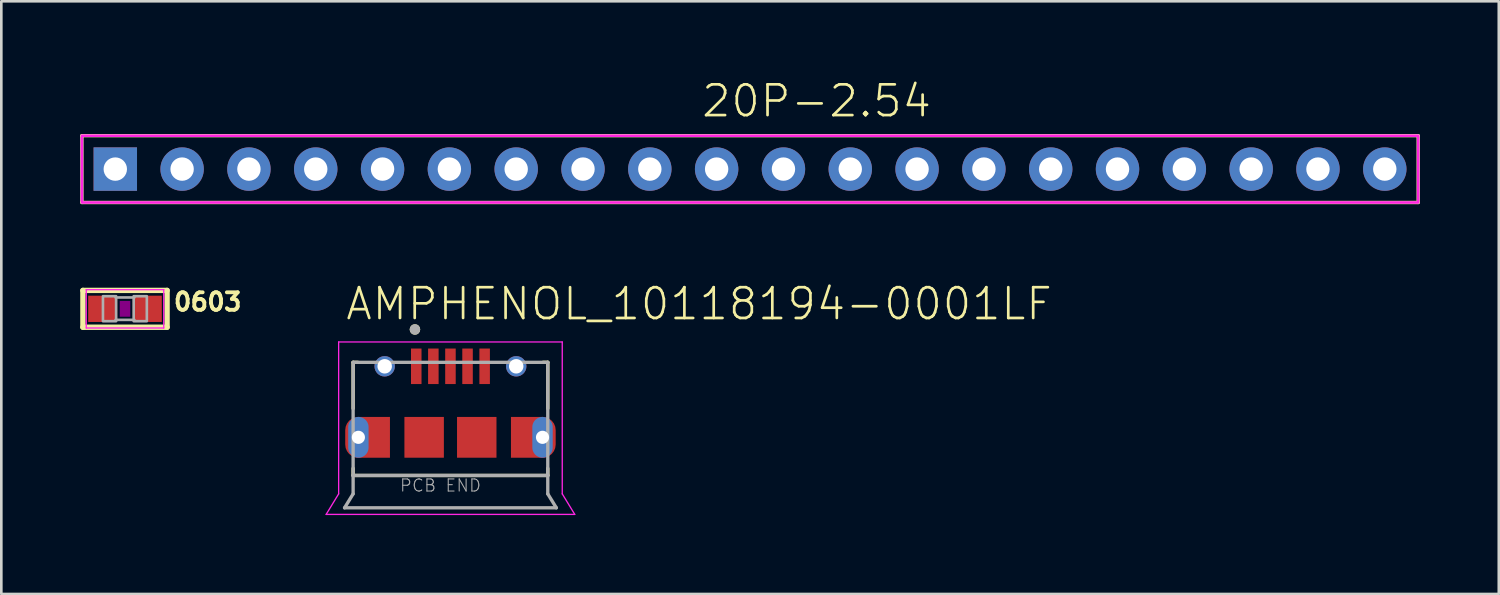
<source format=kicad_pcb>
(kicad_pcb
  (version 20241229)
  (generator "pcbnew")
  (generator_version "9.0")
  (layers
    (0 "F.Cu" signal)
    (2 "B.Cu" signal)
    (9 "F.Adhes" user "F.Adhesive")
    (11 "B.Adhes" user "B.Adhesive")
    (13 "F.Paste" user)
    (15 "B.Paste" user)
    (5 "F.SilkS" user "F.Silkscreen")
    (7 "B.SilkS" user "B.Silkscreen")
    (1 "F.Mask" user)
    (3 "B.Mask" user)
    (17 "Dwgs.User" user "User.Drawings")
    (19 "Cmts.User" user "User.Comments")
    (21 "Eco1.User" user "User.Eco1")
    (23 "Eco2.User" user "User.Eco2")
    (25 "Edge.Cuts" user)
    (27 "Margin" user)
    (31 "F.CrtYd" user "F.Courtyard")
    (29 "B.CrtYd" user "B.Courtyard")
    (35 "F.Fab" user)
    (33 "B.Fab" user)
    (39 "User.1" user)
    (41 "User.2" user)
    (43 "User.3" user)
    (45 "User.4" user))
  (footprint "20P-2.54"
    (layer "F.Cu")
    (at 26.733 3.378)
    (property "Reference" "20P-2.54" (at -3.175 -1.905 0) (layer "F.SilkS") (effects (font (size 1.168 1.168) (thickness 0.102)) (justify left bottom)))
    (fp_line (start -26.67 -1.27) (end 24.13 -1.27) (stroke (width 0.127) (type solid)) (layer "F.SilkS"))
    (fp_line (start -26.67 1.27) (end -26.67 -1.27) (stroke (width 0.127) (type solid)) (layer "F.SilkS"))
    (fp_line (start 24.13 -1.27) (end 24.13 1.27) (stroke (width 0.127) (type solid)) (layer "F.SilkS"))
    (fp_line (start 24.13 1.27) (end -26.67 1.27) (stroke (width 0.127) (type solid)) (layer "F.SilkS"))
    (fp_poly (pts (xy 24.13 1.27) (xy 24.13 -1.27) (xy -26.67 -1.27) (xy -26.67 1.27)) (stroke (width 0.1) (type solid)) (fill no) (layer "F.CrtYd"))
    (pad "1" thru_hole rect (at -25.4 0 90) (size 1.651 1.651) (drill 0.889) (layers "*.Cu" "*.Mask"))
    (pad "2" thru_hole circle (at -22.86 0 90) (size 1.651 1.651) (drill 0.889) (layers "*.Cu" "*.Mask"))
    (pad "3" thru_hole circle (at -20.32 0 90) (size 1.651 1.651) (drill 0.889) (layers "*.Cu" "*.Mask"))
    (pad "4" thru_hole circle (at -17.78 0 90) (size 1.651 1.651) (drill 0.889) (layers "*.Cu" "*.Mask"))
    (pad "5" thru_hole circle (at -15.24 0 90) (size 1.651 1.651) (drill 0.889) (layers "*.Cu" "*.Mask"))
    (pad "6" thru_hole circle (at -12.7 0 90) (size 1.651 1.651) (drill 0.889) (layers "*.Cu" "*.Mask"))
    (pad "7" thru_hole circle (at -10.16 0 90) (size 1.651 1.651) (drill 0.889) (layers "*.Cu" "*.Mask"))
    (pad "8" thru_hole circle (at -7.62 0 90) (size 1.651 1.651) (drill 0.889) (layers "*.Cu" "*.Mask"))
    (pad "9" thru_hole circle (at -5.08 0 90) (size 1.651 1.651) (drill 0.889) (layers "*.Cu" "*.Mask"))
    (pad "10" thru_hole circle (at -2.54 0 90) (size 1.651 1.651) (drill 0.889) (layers "*.Cu" "*.Mask"))
    (pad "11" thru_hole circle (at 0 0 90) (size 1.651 1.651) (drill 0.889) (layers "*.Cu" "*.Mask"))
    (pad "12" thru_hole circle (at 2.54 0 90) (size 1.651 1.651) (drill 0.889) (layers "*.Cu" "*.Mask"))
    (pad "13" thru_hole circle (at 5.08 0 90) (size 1.651 1.651) (drill 0.889) (layers "*.Cu" "*.Mask"))
    (pad "14" thru_hole circle (at 7.62 0 90) (size 1.651 1.651) (drill 0.889) (layers "*.Cu" "*.Mask"))
    (pad "15" thru_hole circle (at 10.16 0 90) (size 1.651 1.651) (drill 0.889) (layers "*.Cu" "*.Mask"))
    (pad "16" thru_hole circle (at 12.7 0 90) (size 1.651 1.651) (drill 0.889) (layers "*.Cu" "*.Mask"))
    (pad "17" thru_hole circle (at 15.24 0 90) (size 1.651 1.651) (drill 0.889) (layers "*.Cu" "*.Mask"))
    (pad "18" thru_hole circle (at 17.78 0 90) (size 1.651 1.651) (drill 0.889) (layers "*.Cu" "*.Mask"))
    (pad "19" thru_hole circle (at 20.32 0 90) (size 1.651 1.651) (drill 0.889) (layers "*.Cu" "*.Mask"))
    (pad "20" thru_hole circle (at 22.86 0 90) (size 1.651 1.651) (drill 0.889) (layers "*.Cu" "*.Mask")))
  (footprint "AMPHENOL_10118194-0001LF"
    (layer "F.Cu")
    (at 14.074 13.575)
    (property "Reference" "AMPHENOL_10118194-0001LF" (at -4.044 -4.389 0) (layer "F.SilkS") (effects (font (size 1.17 1.17) (thickness 0.102)) (justify left bottom)))
    (fp_poly (pts (xy -2.3 0.775) (xy -3.498 0.775) (xy -3.498 0.575) (xy -3.403 0.555) (xy -3.322 0.501) (xy -3.269 0.42) (xy -3.251 0.325) (xy -3.251 -0.325) (xy -3.269 -0.42) (xy -3.324 -0.501) (xy -3.5 -0.574) (xy -3.595 -0.555) (xy -3.676 -0.501) (xy -3.749 -0.325) (xy -3.749 0.325) (xy -3.731 0.42) (xy -3.678 0.501) (xy -3.502 0.575) (xy -3.502 0.776) (xy -3.632 0.758) (xy -3.752 0.708) (xy -3.855 0.628) (xy -3.934 0.525) (xy -3.984 0.404) (xy -4 0.275) (xy -4 -0.275) (xy -3.983 -0.405) (xy -3.933 -0.525) (xy -3.854 -0.629) (xy -3.75 -0.708) (xy -3.5 -0.775) (xy -2.305 -0.775) (xy -2.305 -0.78) (xy -2.3 -0.78)) (stroke (width 0) (type solid)) (fill yes) (layer "F.Cu"))
    (fp_poly (pts (xy 3.632 -0.758) (xy 3.752 -0.708) (xy 3.855 -0.628) (xy 3.934 -0.525) (xy 3.984 -0.404) (xy 4 -0.275) (xy 4 0.275) (xy 3.983 0.405) (xy 3.933 0.525) (xy 3.854 0.629) (xy 3.75 0.708) (xy 3.63 0.758) (xy 3.5 0.775) (xy 2.305 0.775) (xy 2.305 0.78) (xy 2.3 0.78) (xy 2.3 -0.775) (xy 3.498 -0.775) (xy 3.498 -0.575) (xy 3.403 -0.555) (xy 3.322 -0.501) (xy 3.251 -0.325) (xy 3.251 0.325) (xy 3.269 0.42) (xy 3.324 0.501) (xy 3.5 0.574) (xy 3.595 0.555) (xy 3.676 0.501) (xy 3.749 0.325) (xy 3.749 -0.325) (xy 3.731 -0.42) (xy 3.678 -0.501) (xy 3.502 -0.575) (xy 3.502 -0.776)) (stroke (width 0) (type solid)) (fill yes) (layer "F.Cu"))
    (fp_poly (pts (xy -2.2 0.875) (xy -3.6 0.875) (xy -3.729 0.858) (xy -3.85 0.808) (xy -3.954 0.729) (xy -4.033 0.625) (xy -4.1 0.375) (xy -4.1 -0.375) (xy -4.083 -0.504) (xy -4.033 -0.625) (xy -3.954 -0.729) (xy -3.85 -0.808) (xy -3.6 -0.875) (xy -2.2 -0.875)) (stroke (width 0) (type solid)) (fill yes) (layer "F.Mask"))
    (fp_poly (pts (xy 3.729 -0.858) (xy 3.85 -0.808) (xy 3.954 -0.729) (xy 4.033 -0.625) (xy 4.083 -0.504) (xy 4.1 -0.375) (xy 4.1 0.375) (xy 4.083 0.504) (xy 4.033 0.625) (xy 3.954 0.729) (xy 3.85 0.808) (xy 3.729 0.858) (xy 3.6 0.875) (xy 2.2 0.875) (xy 2.2 -0.875) (xy 3.6 -0.875)) (stroke (width 0) (type solid)) (fill yes) (layer "F.Mask"))
    (fp_line (start -3.7 -2.85) (end -3.7 -1.095) (stroke (width 0.127) (type solid)) (layer "F.SilkS"))
    (fp_line (start -3.7 -2.85) (end -3.52 -2.85) (stroke (width 0.127) (type solid)) (layer "F.SilkS"))
    (fp_line (start -3.7 1.45) (end -3.7 1.18) (stroke (width 0.127) (type solid)) (layer "F.SilkS"))
    (fp_line (start -3.7 1.45) (end 3.7 1.45) (stroke (width 0.127) (type solid)) (layer "F.SilkS"))
    (fp_line (start 3.7 -2.85) (end 3.52 -2.85) (stroke (width 0.127) (type solid)) (layer "F.SilkS"))
    (fp_line (start 3.7 -2.85) (end 3.7 -1.095) (stroke (width 0.127) (type solid)) (layer "F.SilkS"))
    (fp_line (start 3.7 1.18) (end 3.7 1.45) (stroke (width 0.127) (type solid)) (layer "F.SilkS"))
    (fp_circle (center -1.35 -4.1) (end -1.25 -4.1) (stroke (width 0.2) (type solid)) (fill no) (layer "F.SilkS"))
    (fp_line (start -3.5 -0.77) (end -3.5 -0.6) (stroke (width 0.0001) (type solid)) (layer "F.Paste"))
    (fp_line (start 3.5 0.77) (end 3.5 0.6) (stroke (width 0.0001) (type solid)) (layer "F.Paste"))
    (fp_poly (pts (xy -2.3 0.775) (xy -3.5 0.775) (xy -3.5 0.575) (xy -3.323 0.502) (xy -3.269 0.421) (xy -3.25 0.325) (xy -3.25 -0.325) (xy -3.323 -0.502) (xy -3.404 -0.556) (xy -3.5 -0.575) (xy -3.5 -0.775) (xy -2.3 -0.775)) (stroke (width 0) (type solid)) (fill yes) (layer "F.Paste"))
    (fp_poly (pts (xy 3.5 -0.575) (xy 3.323 -0.502) (xy 3.269 -0.421) (xy 3.25 -0.325) (xy 3.25 0.325) (xy 3.323 0.502) (xy 3.404 0.556) (xy 3.5 0.575) (xy 3.5 0.775) (xy 2.3 0.775) (xy 2.3 -0.775) (xy 3.5 -0.775)) (stroke (width 0) (type solid)) (fill yes) (layer "F.Paste"))
    (fp_poly (pts (xy -3.5 -0.575) (xy -3.596 -0.556) (xy -3.677 -0.502) (xy -3.75 -0.325) (xy -3.75 0.325) (xy -3.731 0.421) (xy -3.677 0.502) (xy -3.5 0.575) (xy -3.5 0.775) (xy -3.629 0.758) (xy -3.75 0.708) (xy -3.854 0.629) (xy -3.933 0.525) (xy -4 0.275) (xy -4 -0.275) (xy -3.983 -0.404) (xy -3.933 -0.525) (xy -3.854 -0.629) (xy -3.75 -0.708) (xy -3.5 -0.775)) (stroke (width 0) (type solid)) (fill yes) (layer "F.Paste"))
    (fp_poly (pts (xy 3.629 -0.758) (xy 3.75 -0.708) (xy 3.854 -0.629) (xy 3.933 -0.525) (xy 3.983 -0.404) (xy 4 -0.275) (xy 4 0.275) (xy 3.983 0.404) (xy 3.933 0.525) (xy 3.854 0.629) (xy 3.75 0.708) (xy 3.629 0.758) (xy 3.5 0.775) (xy 3.5 0.575) (xy 3.596 0.556) (xy 3.677 0.502) (xy 3.75 0.325) (xy 3.75 -0.325) (xy 3.731 -0.421) (xy 3.677 -0.502) (xy 3.5 -0.575) (xy 3.5 -0.775)) (stroke (width 0) (type solid)) (fill yes) (layer "F.Paste"))
    (fp_line (start -4.725 2.93) (end -4.25 2.15) (stroke (width 0.05) (type solid)) (layer "F.CrtYd"))
    (fp_line (start -4.25 -3.625) (end 4.25 -3.625) (stroke (width 0.05) (type solid)) (layer "F.CrtYd"))
    (fp_line (start -4.25 2.15) (end -4.25 -3.625) (stroke (width 0.05) (type solid)) (layer "F.CrtYd"))
    (fp_line (start 4.25 2.15) (end 4.25 -3.625) (stroke (width 0.05) (type solid)) (layer "F.CrtYd"))
    (fp_line (start 4.725 2.93) (end -4.725 2.93) (stroke (width 0.05) (type solid)) (layer "F.CrtYd"))
    (fp_line (start 4.725 2.93) (end 4.25 2.15) (stroke (width 0.05) (type solid)) (layer "F.CrtYd"))
    (fp_line (start -4.025 2.68) (end 4.025 2.68) (stroke (width 0.127) (type solid)) (layer "F.Fab"))
    (fp_line (start -3.7 -2.85) (end -3.7 1.45) (stroke (width 0.127) (type solid)) (layer "F.Fab"))
    (fp_line (start -3.7 -2.85) (end 3.7 -2.85) (stroke (width 0.127) (type solid)) (layer "F.Fab"))
    (fp_line (start -3.7 1.45) (end -3.7 2.15) (stroke (width 0.127) (type solid)) (layer "F.Fab"))
    (fp_line (start -3.7 1.45) (end 3.7 1.45) (stroke (width 0.127) (type solid)) (layer "F.Fab"))
    (fp_line (start -3.7 2.15) (end -4.025 2.68) (stroke (width 0.127) (type solid)) (layer "F.Fab"))
    (fp_line (start 3.7 1.45) (end 3.7 -2.85) (stroke (width 0.127) (type solid)) (layer "F.Fab"))
    (fp_line (start 3.7 2.15) (end 3.7 1.45) (stroke (width 0.127) (type solid)) (layer "F.Fab"))
    (fp_line (start 4.025 2.68) (end 3.7 2.15) (stroke (width 0.127) (type solid)) (layer "F.Fab"))
    (fp_circle (center -1.35 -4.1) (end -1.25 -4.1) (stroke (width 0.2) (type solid)) (fill no) (layer "F.Fab"))
    (fp_text user "PCB END" (at -1.95 2.1 0) (layer "F.Fab") (effects (font (size 0.46 0.46) (thickness 0.04)) (justify left bottom)))
    (pad "1" smd rect (at -1.3 -2.7) (size 0.4 1.35) (layers "F.Cu" "F.Mask" "F.Paste"))
    (pad "2" smd rect (at -0.65 -2.7) (size 0.4 1.35) (layers "F.Cu" "F.Mask" "F.Paste"))
    (pad "3" smd rect (at 0 -2.7) (size 0.4 1.35) (layers "F.Cu" "F.Mask" "F.Paste"))
    (pad "4" smd rect (at 0.65 -2.7) (size 0.4 1.35) (layers "F.Cu" "F.Mask" "F.Paste"))
    (pad "5" smd rect (at 1.3 -2.7) (size 0.4 1.35) (layers "F.Cu" "F.Mask" "F.Paste"))
    (pad "S1" thru_hole circle (at -2.5 -2.7) (size 0.775 0.775) (drill 0.55) (layers "*.Cu" "*.Mask"))
    (pad "S2" thru_hole circle (at 2.5 -2.7) (size 0.775 0.775) (drill 0.55) (layers "*.Cu" "*.Mask"))
    (pad "S3" thru_hole oval (at -3.5 0 90) (size 1.55 0.775) (drill 0.5) (layers "*.Cu" "*.Mask"))
    (pad "S4" smd rect (at -1 0) (size 1.5 1.55) (layers "F.Cu" "F.Mask" "F.Paste"))
    (pad "S5" smd rect (at 1 0) (size 1.5 1.55) (layers "F.Cu" "F.Mask" "F.Paste"))
    (pad "S6" thru_hole oval (at 3.5 0 270) (size 1.55 0.775) (drill 0.5) (layers "*.Cu" "*.Mask")))
  (footprint "0603"
    (layer "F.Cu")
    (at 1.702 8.69)
    (property "Reference" "0603" (at 1.778 0.127 0) (layer "F.SilkS") (effects (font (size 0.666 0.666) (thickness 0.146)) (justify left bottom)))
    (fp_line (start -1.6 -0.7) (end 1.6 -0.7) (stroke (width 0.203) (type solid)) (layer "F.SilkS"))
    (fp_line (start -1.6 0.7) (end -1.6 -0.7) (stroke (width 0.203) (type solid)) (layer "F.SilkS"))
    (fp_line (start 1.6 -0.7) (end 1.6 0.7) (stroke (width 0.203) (type solid)) (layer "F.SilkS"))
    (fp_line (start 1.6 0.7) (end -1.6 0.7) (stroke (width 0.203) (type solid)) (layer "F.SilkS"))
    (fp_poly (pts (xy -0.2 0.3) (xy 0.2 0.3) (xy 0.2 -0.3) (xy -0.2 -0.3)) (stroke (width 0) (type solid)) (fill yes) (layer "F.Adhes"))
    (fp_line (start -1.473 -0.729) (end 1.473 -0.729) (stroke (width 0.051) (type solid)) (layer "F.CrtYd"))
    (fp_line (start -1.473 0.729) (end -1.473 -0.729) (stroke (width 0.051) (type solid)) (layer "F.CrtYd"))
    (fp_line (start 1.473 -0.729) (end 1.473 0.729) (stroke (width 0.051) (type solid)) (layer "F.CrtYd"))
    (fp_line (start 1.473 0.729) (end -1.473 0.729) (stroke (width 0.051) (type solid)) (layer "F.CrtYd"))
    (fp_line (start -0.356 -0.432) (end 0.356 -0.432) (stroke (width 0.102) (type solid)) (layer "F.Fab"))
    (fp_line (start -0.356 0.419) (end 0.356 0.419) (stroke (width 0.102) (type solid)) (layer "F.Fab"))
    (fp_poly (pts (xy -0.838 0.47) (xy -0.338 0.47) (xy -0.338 -0.48) (xy -0.838 -0.48)) (stroke (width 0.1) (type solid)) (fill no) (layer "F.Fab"))
    (fp_poly (pts (xy 0.33 0.47) (xy 0.83 0.47) (xy 0.83 -0.48) (xy 0.33 -0.48)) (stroke (width 0.1) (type solid)) (fill no) (layer "F.Fab"))
    (pad "1" smd rect (at -0.85 0) (size 1.1 1) (layers "F.Cu" "F.Mask" "F.Paste"))
    (pad "2" smd rect (at 0.85 0) (size 1.1 1) (layers "F.Cu" "F.Mask" "F.Paste")))
  (gr_rect
    (start -3 -3)
    (end 53.927 19.53)
    (stroke (width 0.1) (type default))
    (fill no)
    (layer "Edge.Cuts")))
</source>
